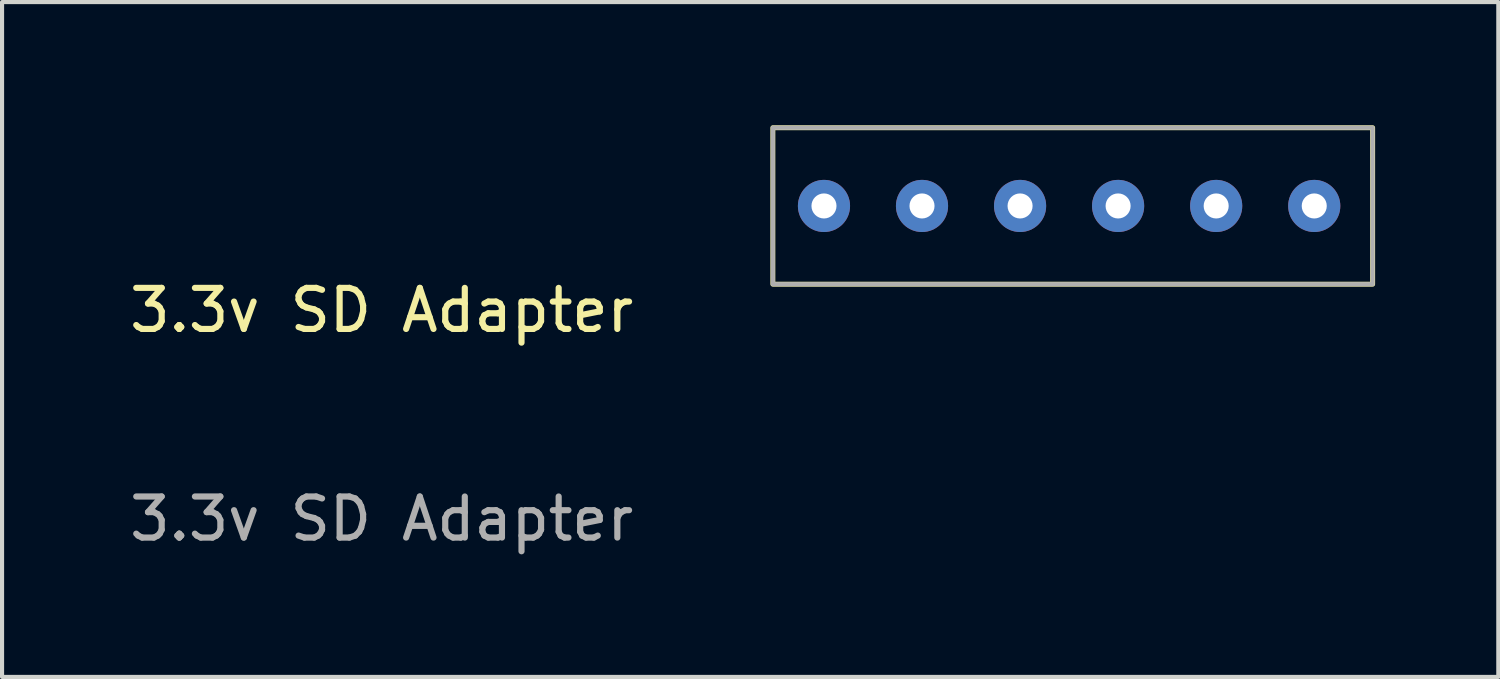
<source format=kicad_pcb>
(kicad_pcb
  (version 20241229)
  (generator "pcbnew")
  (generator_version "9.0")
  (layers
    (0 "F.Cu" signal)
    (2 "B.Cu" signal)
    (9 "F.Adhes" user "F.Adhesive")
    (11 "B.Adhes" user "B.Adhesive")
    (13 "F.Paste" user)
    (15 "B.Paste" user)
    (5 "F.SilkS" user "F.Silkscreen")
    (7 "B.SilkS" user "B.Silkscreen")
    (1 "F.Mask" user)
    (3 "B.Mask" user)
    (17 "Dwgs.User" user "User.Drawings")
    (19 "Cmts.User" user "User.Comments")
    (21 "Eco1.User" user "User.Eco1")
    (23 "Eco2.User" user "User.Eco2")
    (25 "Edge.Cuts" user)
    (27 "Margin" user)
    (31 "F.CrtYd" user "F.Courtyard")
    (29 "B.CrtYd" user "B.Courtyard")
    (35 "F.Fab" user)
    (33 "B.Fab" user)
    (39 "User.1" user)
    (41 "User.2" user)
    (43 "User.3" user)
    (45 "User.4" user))
  (footprint "3.3v SD Adapter"
    (layer "F.Cu")
    (at 13.864 1.965)
    (property "Reference" "3.3v SD Adapter" (at -7.62 2.54 0) (unlocked yes) (layer "F.SilkS") (effects (font (size 1 1) (thickness 0.15))))
    (attr smd)
    (fp_rect (start 1.905 1.905) (end 16.51 -1.905) (stroke (width 0.12) (type solid)) (fill no) (layer "F.SilkS"))
    (fp_rect (start 1.905 1.905) (end 16.51 -1.905) (stroke (width 0.1) (type solid)) (fill no) (layer "F.Fab"))
    (fp_text user "${REFERENCE}" (at -7.62 7.62 0) (unlocked yes) (layer "F.Fab") (effects (font (size 1 1) (thickness 0.15))))
    (pad "1" thru_hole circle (at 3.15 0) (size 1.27 1.27) (drill 0.61) (layers "*.Cu" "*.Mask"))
    (pad "2" thru_hole circle (at 5.537 0) (size 1.27 1.27) (drill 0.61) (layers "*.Cu" "*.Mask"))
    (pad "3" thru_hole circle (at 7.925 0) (size 1.27 1.27) (drill 0.61) (layers "*.Cu" "*.Mask"))
    (pad "4" thru_hole circle (at 10.312 0) (size 1.27 1.27) (drill 0.61) (layers "*.Cu" "*.Mask"))
    (pad "5" thru_hole circle (at 12.7 0) (size 1.27 1.27) (drill 0.61) (layers "*.Cu" "*.Mask"))
    (pad "6" thru_hole circle (at 15.088 0) (size 1.27 1.27) (drill 0.61) (layers "*.Cu" "*.Mask")))
  (gr_rect
    (start -3 -3)
    (end 33.434 13.433)
    (stroke (width 0.1) (type default))
    (fill no)
    (layer "Edge.Cuts")))
</source>
